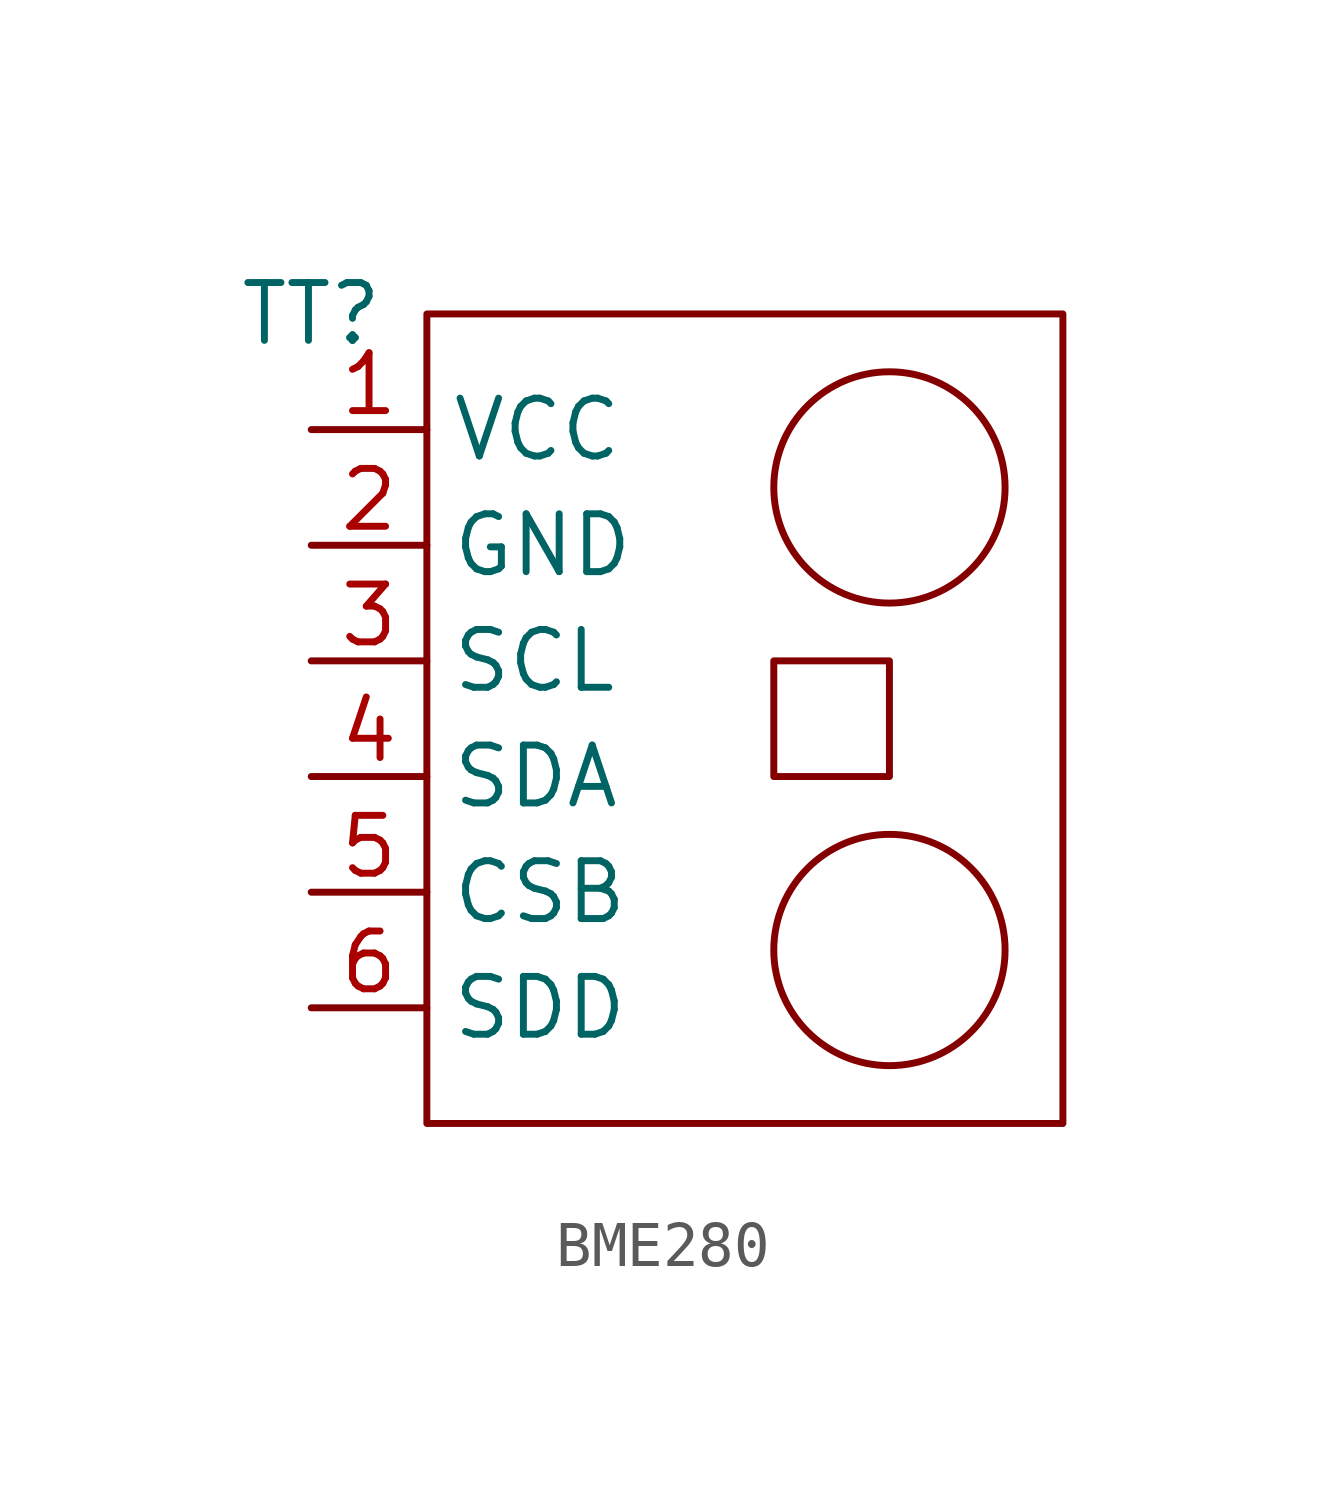
<source format=kicad_sym>
(kicad_symbol_lib
  (version 20220914)
  (generator kicad_symbol_editor)
  (symbol "BME280"
    (property "Reference" "TT"
      (at 0 0 0)
      (effects (font (size 1.27 1.27))))
    (property "Value" ""
      (at 0 0 0)
      (effects (font (size 1.27 1.27))))
    (symbol "BME280_0_1"
      (rectangle (start 2.54 0) (end 16.51 -17.78) (stroke (width 0) (type default)) (fill (type none)))
      (rectangle (start 10.16 -7.62) (end 12.7 -10.16) (stroke (width 0) (type default)) (fill (type none)))
      (circle (center 12.7 -13.97) (radius 2.54) (stroke (width 0) (type default)) (fill (type none)))
      (circle (center 12.7 -3.81) (radius 2.54) (stroke (width 0) (type default)) (fill (type none))))
    (symbol "BME280_1_1"
      (pin power_in line (at 0 -2.54 0) (length 2.54) (name "VCC" (effects (font (size 1.27 1.27)))) (number "1" (effects (font (size 1.27 1.27)))))
      (pin power_in line (at 0 -5.08 0) (length 2.54) (name "GND" (effects (font (size 1.27 1.27)))) (number "2" (effects (font (size 1.27 1.27)))))
      (pin bidirectional line (at 0 -7.62 0) (length 2.54) (name "SCL" (effects (font (size 1.27 1.27)))) (number "3" (effects (font (size 1.27 1.27)))))
      (pin bidirectional line (at 0 -10.16 0) (length 2.54) (name "SDA" (effects (font (size 1.27 1.27)))) (number "4" (effects (font (size 1.27 1.27)))))
      (pin bidirectional line (at 0 -12.7 0) (length 2.54) (name "CSB" (effects (font (size 1.27 1.27)))) (number "5" (effects (font (size 1.27 1.27)))))
      (pin bidirectional line (at 0 -15.24 0) (length 2.54) (name "SDD" (effects (font (size 1.27 1.27)))) (number "6" (effects (font (size 1.27 1.27))))))))
</source>
